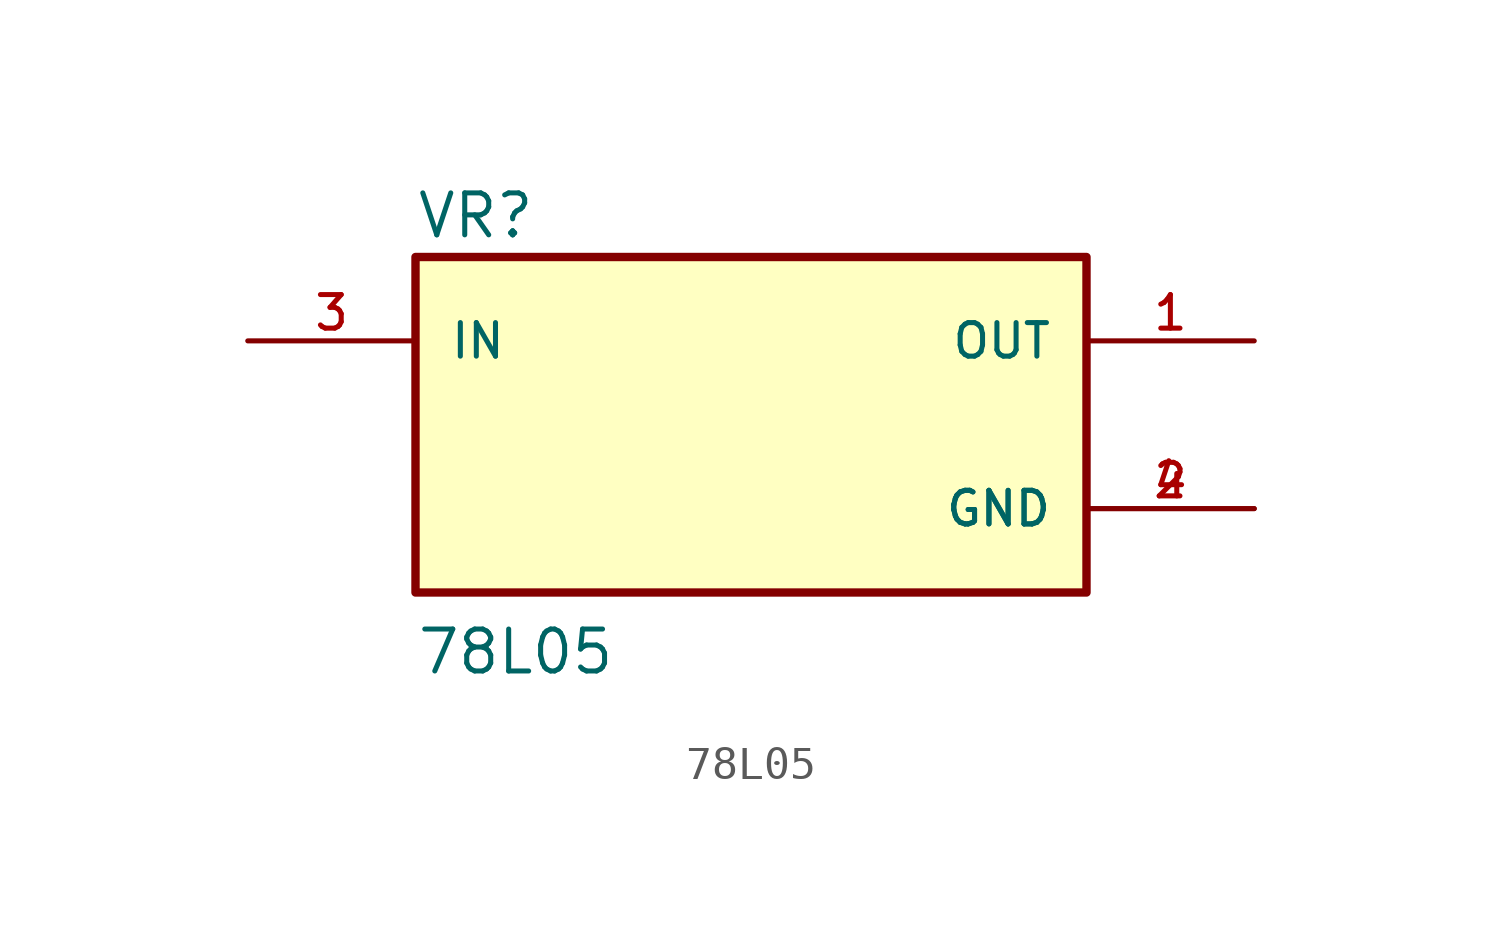
<source format=kicad_sym>
(kicad_symbol_lib
  (version 20211014)
  (generator kicad_symbol_editor)
  (symbol "78L05"
    (pin_names
      (offset 1.016))
    (property "Reference" "VR"
      (at -10.16 5.588 0)
      (effects (font (size 1.27 1.27)) (justify bottom left)))
    (property "Value" "78L05"
      (at -10.16 -7.62 0)
      (effects (font (size 1.27 1.27)) (justify bottom left)))
    (symbol "78L05_0_0"
      (rectangle (start -10.16 -5.08) (end 10.16 5.08) (stroke (width 0.254)) (fill (type background)))
      (pin input line (at -15.24 2.54 0) (length 5.08) (name "IN" (effects (font (size 1.016 1.016)))) (number "3" (effects (font (size 1.016 1.016)))))
      (pin power_in line (at 15.24 -2.54 180.0) (length 5.08) (name "GND" (effects (font (size 1.016 1.016)))) (number "2" (effects (font (size 1.016 1.016)))))
      (pin power_in line (at 15.24 -2.54 180.0) (length 5.08) (name "GND" (effects (font (size 1.016 1.016)))) (number "4" (effects (font (size 1.016 1.016)))))
      (pin output line (at 15.24 2.54 180.0) (length 5.08) (name "OUT" (effects (font (size 1.016 1.016)))) (number "1" (effects (font (size 1.016 1.016))))))))
</source>
